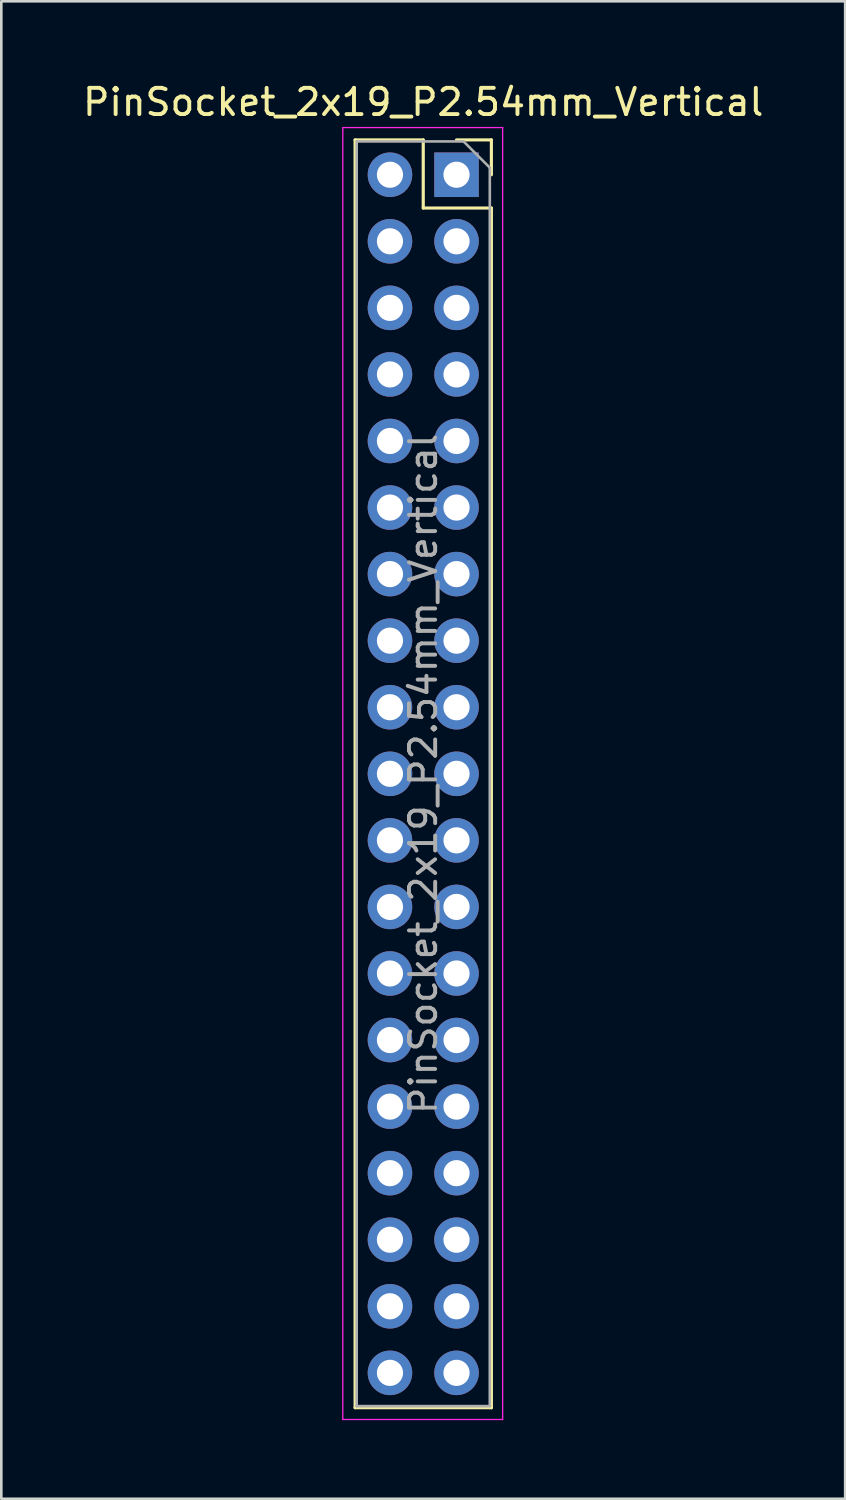
<source format=kicad_pcb>
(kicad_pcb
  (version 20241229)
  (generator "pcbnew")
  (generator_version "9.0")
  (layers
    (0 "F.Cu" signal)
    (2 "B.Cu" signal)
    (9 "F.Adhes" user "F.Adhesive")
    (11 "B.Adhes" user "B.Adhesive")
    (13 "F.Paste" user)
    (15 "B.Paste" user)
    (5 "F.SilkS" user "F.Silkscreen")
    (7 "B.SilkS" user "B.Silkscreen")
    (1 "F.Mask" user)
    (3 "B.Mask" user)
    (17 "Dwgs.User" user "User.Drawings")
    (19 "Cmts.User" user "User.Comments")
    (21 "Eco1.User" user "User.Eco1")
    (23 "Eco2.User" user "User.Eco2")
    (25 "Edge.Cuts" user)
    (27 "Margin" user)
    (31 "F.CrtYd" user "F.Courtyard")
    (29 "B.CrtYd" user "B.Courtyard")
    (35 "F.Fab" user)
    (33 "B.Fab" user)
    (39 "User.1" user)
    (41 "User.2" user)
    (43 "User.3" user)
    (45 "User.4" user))
  (footprint "PinSocket_2x19_P2.54mm_Vertical"
    (layer "F.Cu")
    (at 14.371 3.618)
    (property "Reference" "PinSocket_2x19_P2.54mm_Vertical" (at -1.27 -2.77 0) (layer "F.SilkS") (effects (font (size 1 1) (thickness 0.15))))
    (attr through_hole)
    (fp_line (start -3.87 -1.33) (end -3.87 47.05) (stroke (width 0.12) (type solid)) (layer "F.SilkS"))
    (fp_line (start -3.87 -1.33) (end -1.27 -1.33) (stroke (width 0.12) (type solid)) (layer "F.SilkS"))
    (fp_line (start -3.87 47.05) (end 1.33 47.05) (stroke (width 0.12) (type solid)) (layer "F.SilkS"))
    (fp_line (start -1.27 -1.33) (end -1.27 1.27) (stroke (width 0.12) (type solid)) (layer "F.SilkS"))
    (fp_line (start -1.27 1.27) (end 1.33 1.27) (stroke (width 0.12) (type solid)) (layer "F.SilkS"))
    (fp_line (start 0 -1.33) (end 1.33 -1.33) (stroke (width 0.12) (type solid)) (layer "F.SilkS"))
    (fp_line (start 1.33 -1.33) (end 1.33 0) (stroke (width 0.12) (type solid)) (layer "F.SilkS"))
    (fp_line (start 1.33 1.27) (end 1.33 47.05) (stroke (width 0.12) (type solid)) (layer "F.SilkS"))
    (fp_line (start -4.34 -1.8) (end 1.76 -1.8) (stroke (width 0.05) (type solid)) (layer "F.CrtYd"))
    (fp_line (start -4.34 47.5) (end -4.34 -1.8) (stroke (width 0.05) (type solid)) (layer "F.CrtYd"))
    (fp_line (start 1.76 -1.8) (end 1.76 47.5) (stroke (width 0.05) (type solid)) (layer "F.CrtYd"))
    (fp_line (start 1.76 47.5) (end -4.34 47.5) (stroke (width 0.05) (type solid)) (layer "F.CrtYd"))
    (fp_line (start -3.81 -1.27) (end 0.27 -1.27) (stroke (width 0.1) (type solid)) (layer "F.Fab"))
    (fp_line (start -3.81 46.99) (end -3.81 -1.27) (stroke (width 0.1) (type solid)) (layer "F.Fab"))
    (fp_line (start 0.27 -1.27) (end 1.27 -0.27) (stroke (width 0.1) (type solid)) (layer "F.Fab"))
    (fp_line (start 1.27 -0.27) (end 1.27 46.99) (stroke (width 0.1) (type solid)) (layer "F.Fab"))
    (fp_line (start 1.27 46.99) (end -3.81 46.99) (stroke (width 0.1) (type solid)) (layer "F.Fab"))
    (fp_text user "${REFERENCE}" (at -1.27 22.86 90) (layer "F.Fab") (effects (font (size 1 1) (thickness 0.15))))
    (pad "1" thru_hole rect (at 0 0) (size 1.7 1.7) (drill 1) (layers "*.Cu" "*.Mask"))
    (pad "2" thru_hole circle (at -2.54 0) (size 1.7 1.7) (drill 1) (layers "*.Cu" "*.Mask"))
    (pad "3" thru_hole circle (at 0 2.54) (size 1.7 1.7) (drill 1) (layers "*.Cu" "*.Mask"))
    (pad "4" thru_hole circle (at -2.54 2.54) (size 1.7 1.7) (drill 1) (layers "*.Cu" "*.Mask"))
    (pad "5" thru_hole circle (at 0 5.08) (size 1.7 1.7) (drill 1) (layers "*.Cu" "*.Mask"))
    (pad "6" thru_hole circle (at -2.54 5.08) (size 1.7 1.7) (drill 1) (layers "*.Cu" "*.Mask"))
    (pad "7" thru_hole circle (at 0 7.62) (size 1.7 1.7) (drill 1) (layers "*.Cu" "*.Mask"))
    (pad "8" thru_hole circle (at -2.54 7.62) (size 1.7 1.7) (drill 1) (layers "*.Cu" "*.Mask"))
    (pad "9" thru_hole circle (at 0 10.16) (size 1.7 1.7) (drill 1) (layers "*.Cu" "*.Mask"))
    (pad "10" thru_hole circle (at -2.54 10.16) (size 1.7 1.7) (drill 1) (layers "*.Cu" "*.Mask"))
    (pad "11" thru_hole circle (at 0 12.7) (size 1.7 1.7) (drill 1) (layers "*.Cu" "*.Mask"))
    (pad "12" thru_hole circle (at -2.54 12.7) (size 1.7 1.7) (drill 1) (layers "*.Cu" "*.Mask"))
    (pad "13" thru_hole circle (at 0 15.24) (size 1.7 1.7) (drill 1) (layers "*.Cu" "*.Mask"))
    (pad "14" thru_hole circle (at -2.54 15.24) (size 1.7 1.7) (drill 1) (layers "*.Cu" "*.Mask"))
    (pad "15" thru_hole circle (at 0 17.78) (size 1.7 1.7) (drill 1) (layers "*.Cu" "*.Mask"))
    (pad "16" thru_hole circle (at -2.54 17.78) (size 1.7 1.7) (drill 1) (layers "*.Cu" "*.Mask"))
    (pad "17" thru_hole circle (at 0 20.32) (size 1.7 1.7) (drill 1) (layers "*.Cu" "*.Mask"))
    (pad "18" thru_hole circle (at -2.54 20.32) (size 1.7 1.7) (drill 1) (layers "*.Cu" "*.Mask"))
    (pad "19" thru_hole circle (at 0 22.86) (size 1.7 1.7) (drill 1) (layers "*.Cu" "*.Mask"))
    (pad "20" thru_hole circle (at -2.54 22.86) (size 1.7 1.7) (drill 1) (layers "*.Cu" "*.Mask"))
    (pad "21" thru_hole circle (at 0 25.4) (size 1.7 1.7) (drill 1) (layers "*.Cu" "*.Mask"))
    (pad "22" thru_hole circle (at -2.54 25.4) (size 1.7 1.7) (drill 1) (layers "*.Cu" "*.Mask"))
    (pad "23" thru_hole circle (at 0 27.94) (size 1.7 1.7) (drill 1) (layers "*.Cu" "*.Mask"))
    (pad "24" thru_hole circle (at -2.54 27.94) (size 1.7 1.7) (drill 1) (layers "*.Cu" "*.Mask"))
    (pad "25" thru_hole circle (at 0 30.48) (size 1.7 1.7) (drill 1) (layers "*.Cu" "*.Mask"))
    (pad "26" thru_hole circle (at -2.54 30.48) (size 1.7 1.7) (drill 1) (layers "*.Cu" "*.Mask"))
    (pad "27" thru_hole circle (at 0 33.02) (size 1.7 1.7) (drill 1) (layers "*.Cu" "*.Mask"))
    (pad "28" thru_hole circle (at -2.54 33.02) (size 1.7 1.7) (drill 1) (layers "*.Cu" "*.Mask"))
    (pad "29" thru_hole circle (at 0 35.56) (size 1.7 1.7) (drill 1) (layers "*.Cu" "*.Mask"))
    (pad "30" thru_hole circle (at -2.54 35.56) (size 1.7 1.7) (drill 1) (layers "*.Cu" "*.Mask"))
    (pad "31" thru_hole circle (at 0 38.1) (size 1.7 1.7) (drill 1) (layers "*.Cu" "*.Mask"))
    (pad "32" thru_hole circle (at -2.54 38.1) (size 1.7 1.7) (drill 1) (layers "*.Cu" "*.Mask"))
    (pad "33" thru_hole circle (at 0 40.64) (size 1.7 1.7) (drill 1) (layers "*.Cu" "*.Mask"))
    (pad "34" thru_hole circle (at -2.54 40.64) (size 1.7 1.7) (drill 1) (layers "*.Cu" "*.Mask"))
    (pad "35" thru_hole circle (at 0 43.18) (size 1.7 1.7) (drill 1) (layers "*.Cu" "*.Mask"))
    (pad "36" thru_hole circle (at -2.54 43.18) (size 1.7 1.7) (drill 1) (layers "*.Cu" "*.Mask"))
    (pad "37" thru_hole circle (at 0 45.72) (size 1.7 1.7) (drill 1) (layers "*.Cu" "*.Mask"))
    (pad "38" thru_hole circle (at -2.54 45.72) (size 1.7 1.7) (drill 1) (layers "*.Cu" "*.Mask")))
  (gr_rect
    (start -3 -3)
    (end 29.202 54.143)
    (stroke (width 0.1) (type default))
    (fill no)
    (layer "Edge.Cuts")))
</source>
